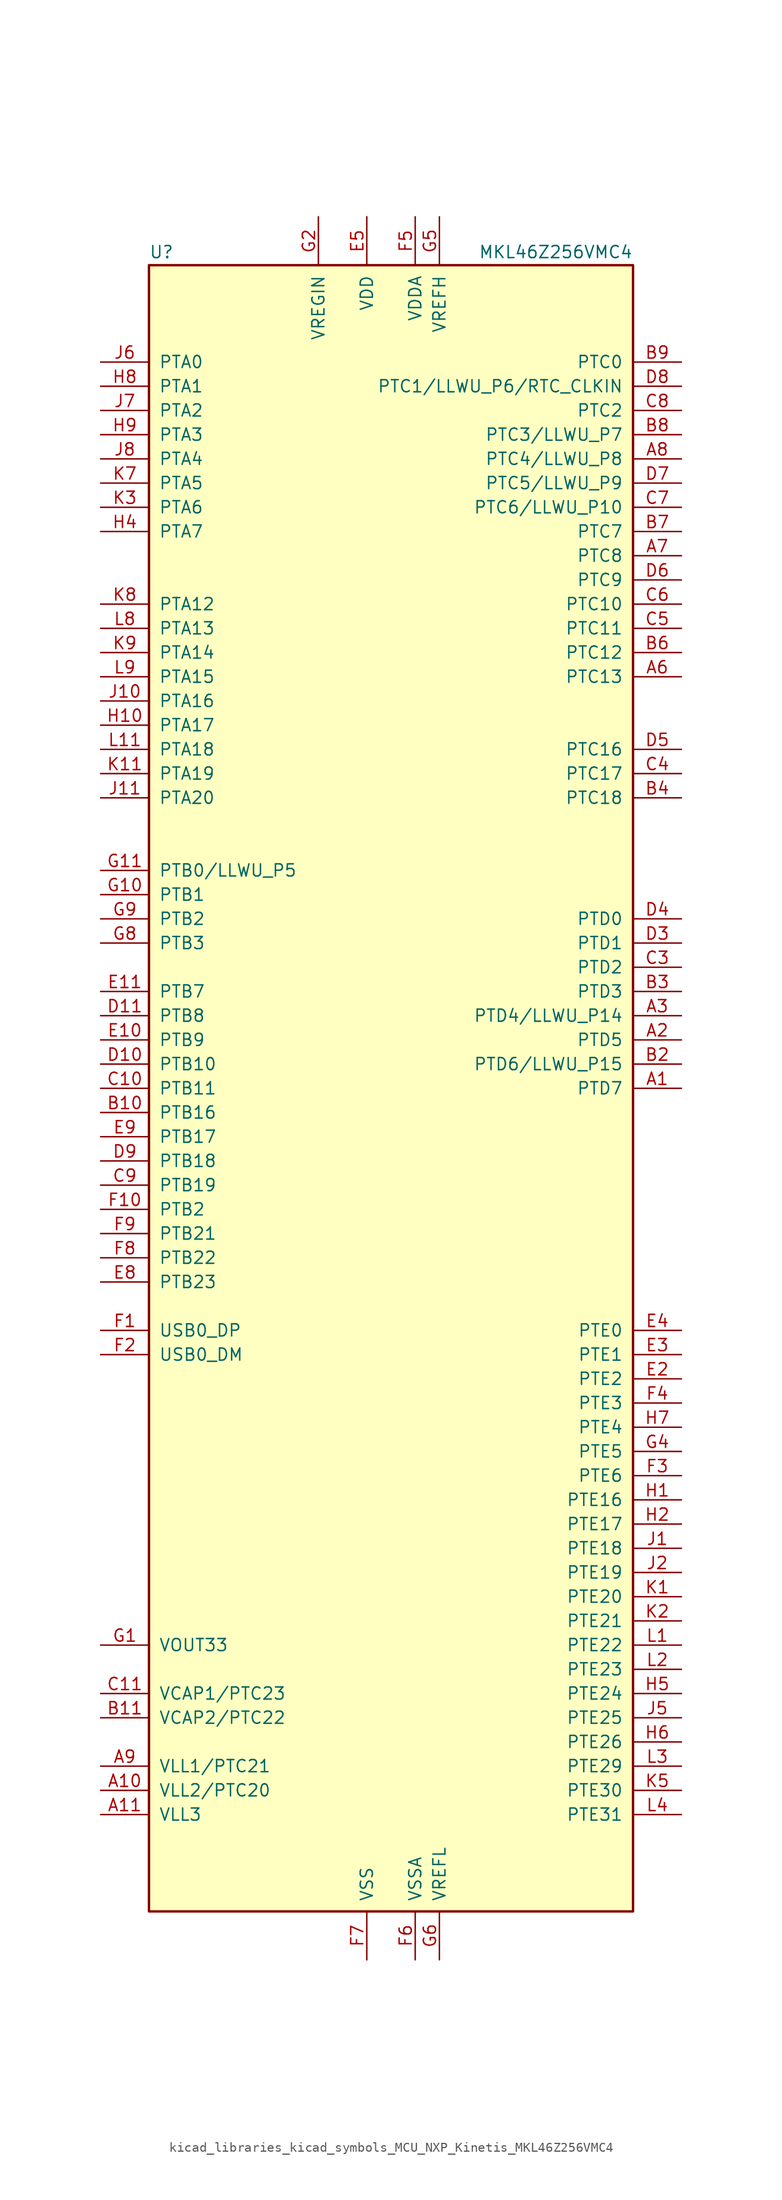
<source format=kicad_sym>
(kicad_symbol_lib
  (version 20220914)
  (generator kicad_symbol_editor)
  (symbol "kicad_libraries_kicad_symbols_MCU_NXP_Kinetis_MKL46Z256VMC4"
    (pin_names
      (offset 1.016))
    (property "Reference" "U"
      (at -25.4 86.995 0)
      (effects (font (size 1.27 1.27)) (justify left bottom)))
    (property "Value" "MKL46Z256VMC4"
      (at 25.4 86.995 0)
      (effects (font (size 1.27 1.27)) (justify right bottom)))
    (symbol "kicad_libraries_kicad_symbols_MCU_NXP_Kinetis_MKL46Z256VMC4_0_1"
      (rectangle (start -25.4 86.36) (end 25.4 -86.36) (stroke (width 0.254) (type default)) (fill (type background))))
    (symbol "kicad_libraries_kicad_symbols_MCU_NXP_Kinetis_MKL46Z256VMC4_1_1"
      (pin bidirectional line (at 30.48 0 180) (length 5.08) (name "PTD7" (effects (font (size 1.27 1.27)))) (number "A1" (effects (font (size 1.27 1.27)))))
      (pin power_out line (at -30.48 -73.66 0) (length 5.08) (name "VLL2/PTC20" (effects (font (size 1.27 1.27)))) (number "A10" (effects (font (size 1.27 1.27)))))
      (pin power_out line (at -30.48 -76.2 0) (length 5.08) (name "VLL3" (effects (font (size 1.27 1.27)))) (number "A11" (effects (font (size 1.27 1.27)))))
      (pin bidirectional line (at 30.48 5.08 180) (length 5.08) (name "PTD5" (effects (font (size 1.27 1.27)))) (number "A2" (effects (font (size 1.27 1.27)))))
      (pin bidirectional line (at 30.48 7.62 180) (length 5.08) (name "PTD4/LLWU_P14" (effects (font (size 1.27 1.27)))) (number "A3" (effects (font (size 1.27 1.27)))))
      (pin no_connect line (at 25.4 27.94 180) (length 5.08) hide (name "NC" (effects (font (size 1.27 1.27)))) (number "A4" (effects (font (size 1.27 1.27)))))
      (pin no_connect line (at 25.4 40.64 180) (length 5.08) hide (name "NC" (effects (font (size 1.27 1.27)))) (number "A5" (effects (font (size 1.27 1.27)))))
      (pin bidirectional line (at 30.48 43.18 180) (length 5.08) (name "PTC13" (effects (font (size 1.27 1.27)))) (number "A6" (effects (font (size 1.27 1.27)))))
      (pin bidirectional line (at 30.48 55.88 180) (length 5.08) (name "PTC8" (effects (font (size 1.27 1.27)))) (number "A7" (effects (font (size 1.27 1.27)))))
      (pin bidirectional line (at 30.48 66.04 180) (length 5.08) (name "PTC4/LLWU_P8" (effects (font (size 1.27 1.27)))) (number "A8" (effects (font (size 1.27 1.27)))))
      (pin power_out line (at -30.48 -71.12 0) (length 5.08) (name "VLL1/PTC21" (effects (font (size 1.27 1.27)))) (number "A9" (effects (font (size 1.27 1.27)))))
      (pin no_connect line (at 25.4 -7.62 180) (length 5.08) hide (name "NC" (effects (font (size 1.27 1.27)))) (number "B1" (effects (font (size 1.27 1.27)))))
      (pin bidirectional line (at -30.48 -2.54 0) (length 5.08) (name "PTB16" (effects (font (size 1.27 1.27)))) (number "B10" (effects (font (size 1.27 1.27)))))
      (pin passive line (at -30.48 -66.04 0) (length 5.08) (name "VCAP2/PTC22" (effects (font (size 1.27 1.27)))) (number "B11" (effects (font (size 1.27 1.27)))))
      (pin bidirectional line (at 30.48 2.54 180) (length 5.08) (name "PTD6/LLWU_P15" (effects (font (size 1.27 1.27)))) (number "B2" (effects (font (size 1.27 1.27)))))
      (pin bidirectional line (at 30.48 10.16 180) (length 5.08) (name "PTD3" (effects (font (size 1.27 1.27)))) (number "B3" (effects (font (size 1.27 1.27)))))
      (pin bidirectional line (at 30.48 30.48 180) (length 5.08) (name "PTC18" (effects (font (size 1.27 1.27)))) (number "B4" (effects (font (size 1.27 1.27)))))
      (pin no_connect line (at 25.4 38.1 180) (length 5.08) hide (name "NC" (effects (font (size 1.27 1.27)))) (number "B5" (effects (font (size 1.27 1.27)))))
      (pin bidirectional line (at 30.48 45.72 180) (length 5.08) (name "PTC12" (effects (font (size 1.27 1.27)))) (number "B6" (effects (font (size 1.27 1.27)))))
      (pin bidirectional line (at 30.48 58.42 180) (length 5.08) (name "PTC7" (effects (font (size 1.27 1.27)))) (number "B7" (effects (font (size 1.27 1.27)))))
      (pin bidirectional line (at 30.48 68.58 180) (length 5.08) (name "PTC3/LLWU_P7" (effects (font (size 1.27 1.27)))) (number "B8" (effects (font (size 1.27 1.27)))))
      (pin bidirectional line (at 30.48 76.2 180) (length 5.08) (name "PTC0" (effects (font (size 1.27 1.27)))) (number "B9" (effects (font (size 1.27 1.27)))))
      (pin no_connect line (at 25.4 -12.7 180) (length 5.08) hide (name "NC" (effects (font (size 1.27 1.27)))) (number "C1" (effects (font (size 1.27 1.27)))))
      (pin bidirectional line (at -30.48 0 0) (length 5.08) (name "PTB11" (effects (font (size 1.27 1.27)))) (number "C10" (effects (font (size 1.27 1.27)))))
      (pin passive line (at -30.48 -63.5 0) (length 5.08) (name "VCAP1/PTC23" (effects (font (size 1.27 1.27)))) (number "C11" (effects (font (size 1.27 1.27)))))
      (pin no_connect line (at 25.4 -10.16 180) (length 5.08) hide (name "NC" (effects (font (size 1.27 1.27)))) (number "C2" (effects (font (size 1.27 1.27)))))
      (pin bidirectional line (at 30.48 12.7 180) (length 5.08) (name "PTD2" (effects (font (size 1.27 1.27)))) (number "C3" (effects (font (size 1.27 1.27)))))
      (pin bidirectional line (at 30.48 33.02 180) (length 5.08) (name "PTC17" (effects (font (size 1.27 1.27)))) (number "C4" (effects (font (size 1.27 1.27)))))
      (pin bidirectional line (at 30.48 48.26 180) (length 5.08) (name "PTC11" (effects (font (size 1.27 1.27)))) (number "C5" (effects (font (size 1.27 1.27)))))
      (pin bidirectional line (at 30.48 50.8 180) (length 5.08) (name "PTC10" (effects (font (size 1.27 1.27)))) (number "C6" (effects (font (size 1.27 1.27)))))
      (pin bidirectional line (at 30.48 60.96 180) (length 5.08) (name "PTC6/LLWU_P10" (effects (font (size 1.27 1.27)))) (number "C7" (effects (font (size 1.27 1.27)))))
      (pin bidirectional line (at 30.48 71.12 180) (length 5.08) (name "PTC2" (effects (font (size 1.27 1.27)))) (number "C8" (effects (font (size 1.27 1.27)))))
      (pin bidirectional line (at -30.48 -10.16 0) (length 5.08) (name "PTB19" (effects (font (size 1.27 1.27)))) (number "C9" (effects (font (size 1.27 1.27)))))
      (pin no_connect line (at 25.4 -17.78 180) (length 5.08) hide (name "NC" (effects (font (size 1.27 1.27)))) (number "D1" (effects (font (size 1.27 1.27)))))
      (pin bidirectional line (at -30.48 2.54 0) (length 5.08) (name "PTB10" (effects (font (size 1.27 1.27)))) (number "D10" (effects (font (size 1.27 1.27)))))
      (pin bidirectional line (at -30.48 7.62 0) (length 5.08) (name "PTB8" (effects (font (size 1.27 1.27)))) (number "D11" (effects (font (size 1.27 1.27)))))
      (pin no_connect line (at 25.4 -15.24 180) (length 5.08) hide (name "NC" (effects (font (size 1.27 1.27)))) (number "D2" (effects (font (size 1.27 1.27)))))
      (pin bidirectional line (at 30.48 15.24 180) (length 5.08) (name "PTD1" (effects (font (size 1.27 1.27)))) (number "D3" (effects (font (size 1.27 1.27)))))
      (pin bidirectional line (at 30.48 17.78 180) (length 5.08) (name "PTD0" (effects (font (size 1.27 1.27)))) (number "D4" (effects (font (size 1.27 1.27)))))
      (pin bidirectional line (at 30.48 35.56 180) (length 5.08) (name "PTC16" (effects (font (size 1.27 1.27)))) (number "D5" (effects (font (size 1.27 1.27)))))
      (pin bidirectional line (at 30.48 53.34 180) (length 5.08) (name "PTC9" (effects (font (size 1.27 1.27)))) (number "D6" (effects (font (size 1.27 1.27)))))
      (pin bidirectional line (at 30.48 63.5 180) (length 5.08) (name "PTC5/LLWU_P9" (effects (font (size 1.27 1.27)))) (number "D7" (effects (font (size 1.27 1.27)))))
      (pin bidirectional line (at 30.48 73.66 180) (length 5.08) (name "PTC1/LLWU_P6/RTC_CLKIN" (effects (font (size 1.27 1.27)))) (number "D8" (effects (font (size 1.27 1.27)))))
      (pin bidirectional line (at -30.48 -7.62 0) (length 5.08) (name "PTB18" (effects (font (size 1.27 1.27)))) (number "D9" (effects (font (size 1.27 1.27)))))
      (pin no_connect line (at 25.4 -20.32 180) (length 5.08) hide (name "NC" (effects (font (size 1.27 1.27)))) (number "E1" (effects (font (size 1.27 1.27)))))
      (pin bidirectional line (at -30.48 5.08 0) (length 5.08) (name "PTB9" (effects (font (size 1.27 1.27)))) (number "E10" (effects (font (size 1.27 1.27)))))
      (pin bidirectional line (at -30.48 10.16 0) (length 5.08) (name "PTB7" (effects (font (size 1.27 1.27)))) (number "E11" (effects (font (size 1.27 1.27)))))
      (pin bidirectional line (at 30.48 -30.48 180) (length 5.08) (name "PTE2" (effects (font (size 1.27 1.27)))) (number "E2" (effects (font (size 1.27 1.27)))))
      (pin bidirectional line (at 30.48 -27.94 180) (length 5.08) (name "PTE1" (effects (font (size 1.27 1.27)))) (number "E3" (effects (font (size 1.27 1.27)))))
      (pin bidirectional line (at 30.48 -25.4 180) (length 5.08) (name "PTE0" (effects (font (size 1.27 1.27)))) (number "E4" (effects (font (size 1.27 1.27)))))
      (pin power_in line (at -2.54 91.44 270) (length 5.08) (name "VDD" (effects (font (size 1.27 1.27)))) (number "E5" (effects (font (size 1.27 1.27)))))
      (pin passive line (at -2.54 91.44 270) (length 5.08) hide (name "VDD" (effects (font (size 1.27 1.27)))) (number "E6" (effects (font (size 1.27 1.27)))))
      (pin passive line (at -2.54 91.44 270) (length 5.08) hide (name "VDD" (effects (font (size 1.27 1.27)))) (number "E7" (effects (font (size 1.27 1.27)))))
      (pin bidirectional line (at -30.48 -20.32 0) (length 5.08) (name "PTB23" (effects (font (size 1.27 1.27)))) (number "E8" (effects (font (size 1.27 1.27)))))
      (pin bidirectional line (at -30.48 -5.08 0) (length 5.08) (name "PTB17" (effects (font (size 1.27 1.27)))) (number "E9" (effects (font (size 1.27 1.27)))))
      (pin bidirectional line (at -30.48 -25.4 0) (length 5.08) (name "USB0_DP" (effects (font (size 1.27 1.27)))) (number "F1" (effects (font (size 1.27 1.27)))))
      (pin bidirectional line (at -30.48 -12.7 0) (length 5.08) (name "PTB2" (effects (font (size 1.27 1.27)))) (number "F10" (effects (font (size 1.27 1.27)))))
      (pin no_connect line (at -25.4 12.7 0) (length 5.08) hide (name "NC" (effects (font (size 1.27 1.27)))) (number "F11" (effects (font (size 1.27 1.27)))))
      (pin bidirectional line (at -30.48 -27.94 0) (length 5.08) (name "USB0_DM" (effects (font (size 1.27 1.27)))) (number "F2" (effects (font (size 1.27 1.27)))))
      (pin bidirectional line (at 30.48 -40.64 180) (length 5.08) (name "PTE6" (effects (font (size 1.27 1.27)))) (number "F3" (effects (font (size 1.27 1.27)))))
      (pin bidirectional line (at 30.48 -33.02 180) (length 5.08) (name "PTE3" (effects (font (size 1.27 1.27)))) (number "F4" (effects (font (size 1.27 1.27)))))
      (pin power_in line (at 2.54 91.44 270) (length 5.08) (name "VDDA" (effects (font (size 1.27 1.27)))) (number "F5" (effects (font (size 1.27 1.27)))))
      (pin power_in line (at 2.54 -91.44 90) (length 5.08) (name "VSSA" (effects (font (size 1.27 1.27)))) (number "F6" (effects (font (size 1.27 1.27)))))
      (pin power_in line (at -2.54 -91.44 90) (length 5.08) (name "VSS" (effects (font (size 1.27 1.27)))) (number "F7" (effects (font (size 1.27 1.27)))))
      (pin bidirectional line (at -30.48 -17.78 0) (length 5.08) (name "PTB22" (effects (font (size 1.27 1.27)))) (number "F8" (effects (font (size 1.27 1.27)))))
      (pin bidirectional line (at -30.48 -15.24 0) (length 5.08) (name "PTB21" (effects (font (size 1.27 1.27)))) (number "F9" (effects (font (size 1.27 1.27)))))
      (pin power_out line (at -30.48 -58.42 0) (length 5.08) (name "VOUT33" (effects (font (size 1.27 1.27)))) (number "G1" (effects (font (size 1.27 1.27)))))
      (pin bidirectional line (at -30.48 20.32 0) (length 5.08) (name "PTB1" (effects (font (size 1.27 1.27)))) (number "G10" (effects (font (size 1.27 1.27)))))
      (pin bidirectional line (at -30.48 22.86 0) (length 5.08) (name "PTB0/LLWU_P5" (effects (font (size 1.27 1.27)))) (number "G11" (effects (font (size 1.27 1.27)))))
      (pin power_in line (at -7.62 91.44 270) (length 5.08) (name "VREGIN" (effects (font (size 1.27 1.27)))) (number "G2" (effects (font (size 1.27 1.27)))))
      (pin passive line (at -2.54 -91.44 90) (length 5.08) hide (name "VSS" (effects (font (size 1.27 1.27)))) (number "G3" (effects (font (size 1.27 1.27)))))
      (pin bidirectional line (at 30.48 -38.1 180) (length 5.08) (name "PTE5" (effects (font (size 1.27 1.27)))) (number "G4" (effects (font (size 1.27 1.27)))))
      (pin power_in line (at 5.08 91.44 270) (length 5.08) (name "VREFH" (effects (font (size 1.27 1.27)))) (number "G5" (effects (font (size 1.27 1.27)))))
      (pin power_in line (at 5.08 -91.44 90) (length 5.08) (name "VREFL" (effects (font (size 1.27 1.27)))) (number "G6" (effects (font (size 1.27 1.27)))))
      (pin passive line (at -2.54 -91.44 90) (length 5.08) hide (name "VSS" (effects (font (size 1.27 1.27)))) (number "G7" (effects (font (size 1.27 1.27)))))
      (pin bidirectional line (at -30.48 15.24 0) (length 5.08) (name "PTB3" (effects (font (size 1.27 1.27)))) (number "G8" (effects (font (size 1.27 1.27)))))
      (pin bidirectional line (at -30.48 17.78 0) (length 5.08) (name "PTB2" (effects (font (size 1.27 1.27)))) (number "G9" (effects (font (size 1.27 1.27)))))
      (pin bidirectional line (at 30.48 -43.18 180) (length 5.08) (name "PTE16" (effects (font (size 1.27 1.27)))) (number "H1" (effects (font (size 1.27 1.27)))))
      (pin bidirectional line (at -30.48 38.1 0) (length 5.08) (name "PTA17" (effects (font (size 1.27 1.27)))) (number "H10" (effects (font (size 1.27 1.27)))))
      (pin no_connect line (at -25.4 27.94 0) (length 5.08) hide (name "NC" (effects (font (size 1.27 1.27)))) (number "H11" (effects (font (size 1.27 1.27)))))
      (pin bidirectional line (at 30.48 -45.72 180) (length 5.08) (name "PTE17" (effects (font (size 1.27 1.27)))) (number "H2" (effects (font (size 1.27 1.27)))))
      (pin no_connect line (at -25.4 -45.72 0) (length 5.08) hide (name "NC" (effects (font (size 1.27 1.27)))) (number "H3" (effects (font (size 1.27 1.27)))))
      (pin bidirectional line (at -30.48 58.42 0) (length 5.08) (name "PTA7" (effects (font (size 1.27 1.27)))) (number "H4" (effects (font (size 1.27 1.27)))))
      (pin bidirectional line (at 30.48 -63.5 180) (length 5.08) (name "PTE24" (effects (font (size 1.27 1.27)))) (number "H5" (effects (font (size 1.27 1.27)))))
      (pin bidirectional line (at 30.48 -68.58 180) (length 5.08) (name "PTE26" (effects (font (size 1.27 1.27)))) (number "H6" (effects (font (size 1.27 1.27)))))
      (pin bidirectional line (at 30.48 -35.56 180) (length 5.08) (name "PTE4" (effects (font (size 1.27 1.27)))) (number "H7" (effects (font (size 1.27 1.27)))))
      (pin bidirectional line (at -30.48 73.66 0) (length 5.08) (name "PTA1" (effects (font (size 1.27 1.27)))) (number "H8" (effects (font (size 1.27 1.27)))))
      (pin bidirectional line (at -30.48 68.58 0) (length 5.08) (name "PTA3" (effects (font (size 1.27 1.27)))) (number "H9" (effects (font (size 1.27 1.27)))))
      (pin bidirectional line (at 30.48 -48.26 180) (length 5.08) (name "PTE18" (effects (font (size 1.27 1.27)))) (number "J1" (effects (font (size 1.27 1.27)))))
      (pin bidirectional line (at -30.48 40.64 0) (length 5.08) (name "PTA16" (effects (font (size 1.27 1.27)))) (number "J10" (effects (font (size 1.27 1.27)))))
      (pin bidirectional line (at -30.48 30.48 0) (length 5.08) (name "PTA20" (effects (font (size 1.27 1.27)))) (number "J11" (effects (font (size 1.27 1.27)))))
      (pin bidirectional line (at 30.48 -50.8 180) (length 5.08) (name "PTE19" (effects (font (size 1.27 1.27)))) (number "J2" (effects (font (size 1.27 1.27)))))
      (pin no_connect line (at -25.4 -48.26 0) (length 5.08) hide (name "NC" (effects (font (size 1.27 1.27)))) (number "J3" (effects (font (size 1.27 1.27)))))
      (pin no_connect line (at -25.4 53.34 0) (length 5.08) hide (name "NC" (effects (font (size 1.27 1.27)))) (number "J4" (effects (font (size 1.27 1.27)))))
      (pin bidirectional line (at 30.48 -66.04 180) (length 5.08) (name "PTE25" (effects (font (size 1.27 1.27)))) (number "J5" (effects (font (size 1.27 1.27)))))
      (pin bidirectional line (at -30.48 76.2 0) (length 5.08) (name "PTA0" (effects (font (size 1.27 1.27)))) (number "J6" (effects (font (size 1.27 1.27)))))
      (pin bidirectional line (at -30.48 71.12 0) (length 5.08) (name "PTA2" (effects (font (size 1.27 1.27)))) (number "J7" (effects (font (size 1.27 1.27)))))
      (pin bidirectional line (at -30.48 66.04 0) (length 5.08) (name "PTA4" (effects (font (size 1.27 1.27)))) (number "J8" (effects (font (size 1.27 1.27)))))
      (pin no_connect line (at -25.4 55.88 0) (length 5.08) hide (name "NC" (effects (font (size 1.27 1.27)))) (number "J9" (effects (font (size 1.27 1.27)))))
      (pin bidirectional line (at 30.48 -53.34 180) (length 5.08) (name "PTE20" (effects (font (size 1.27 1.27)))) (number "K1" (effects (font (size 1.27 1.27)))))
      (pin passive line (at -2.54 -91.44 90) (length 5.08) hide (name "VSS" (effects (font (size 1.27 1.27)))) (number "K10" (effects (font (size 1.27 1.27)))))
      (pin bidirectional line (at -30.48 33.02 0) (length 5.08) (name "PTA19" (effects (font (size 1.27 1.27)))) (number "K11" (effects (font (size 1.27 1.27)))))
      (pin bidirectional line (at 30.48 -55.88 180) (length 5.08) (name "PTE21" (effects (font (size 1.27 1.27)))) (number "K2" (effects (font (size 1.27 1.27)))))
      (pin bidirectional line (at -30.48 60.96 0) (length 5.08) (name "PTA6" (effects (font (size 1.27 1.27)))) (number "K3" (effects (font (size 1.27 1.27)))))
      (pin no_connect line (at -25.4 -50.8 0) (length 5.08) hide (name "NC" (effects (font (size 1.27 1.27)))) (number "K4" (effects (font (size 1.27 1.27)))))
      (pin bidirectional line (at 30.48 -73.66 180) (length 5.08) (name "PTE30" (effects (font (size 1.27 1.27)))) (number "K5" (effects (font (size 1.27 1.27)))))
      (pin passive line (at -2.54 91.44 270) (length 5.08) hide (name "VDD" (effects (font (size 1.27 1.27)))) (number "K6" (effects (font (size 1.27 1.27)))))
      (pin bidirectional line (at -30.48 63.5 0) (length 5.08) (name "PTA5" (effects (font (size 1.27 1.27)))) (number "K7" (effects (font (size 1.27 1.27)))))
      (pin bidirectional line (at -30.48 50.8 0) (length 5.08) (name "PTA12" (effects (font (size 1.27 1.27)))) (number "K8" (effects (font (size 1.27 1.27)))))
      (pin bidirectional line (at -30.48 45.72 0) (length 5.08) (name "PTA14" (effects (font (size 1.27 1.27)))) (number "K9" (effects (font (size 1.27 1.27)))))
      (pin bidirectional line (at 30.48 -58.42 180) (length 5.08) (name "PTE22" (effects (font (size 1.27 1.27)))) (number "L1" (effects (font (size 1.27 1.27)))))
      (pin passive line (at -2.54 91.44 270) (length 5.08) hide (name "VDD" (effects (font (size 1.27 1.27)))) (number "L10" (effects (font (size 1.27 1.27)))))
      (pin bidirectional line (at -30.48 35.56 0) (length 5.08) (name "PTA18" (effects (font (size 1.27 1.27)))) (number "L11" (effects (font (size 1.27 1.27)))))
      (pin bidirectional line (at 30.48 -60.96 180) (length 5.08) (name "PTE23" (effects (font (size 1.27 1.27)))) (number "L2" (effects (font (size 1.27 1.27)))))
      (pin bidirectional line (at 30.48 -71.12 180) (length 5.08) (name "PTE29" (effects (font (size 1.27 1.27)))) (number "L3" (effects (font (size 1.27 1.27)))))
      (pin bidirectional line (at 30.48 -76.2 180) (length 5.08) (name "PTE31" (effects (font (size 1.27 1.27)))) (number "L4" (effects (font (size 1.27 1.27)))))
      (pin passive line (at -2.54 -91.44 90) (length 5.08) hide (name "VSS" (effects (font (size 1.27 1.27)))) (number "L5" (effects (font (size 1.27 1.27)))))
      (pin passive line (at -2.54 -91.44 90) (length 5.08) hide (name "VSS" (effects (font (size 1.27 1.27)))) (number "L6" (effects (font (size 1.27 1.27)))))
      (pin no_connect line (at -25.4 -53.34 0) (length 5.08) hide (name "NC" (effects (font (size 1.27 1.27)))) (number "L7" (effects (font (size 1.27 1.27)))))
      (pin bidirectional line (at -30.48 48.26 0) (length 5.08) (name "PTA13" (effects (font (size 1.27 1.27)))) (number "L8" (effects (font (size 1.27 1.27)))))
      (pin bidirectional line (at -30.48 43.18 0) (length 5.08) (name "PTA15" (effects (font (size 1.27 1.27)))) (number "L9" (effects (font (size 1.27 1.27))))))))
</source>
